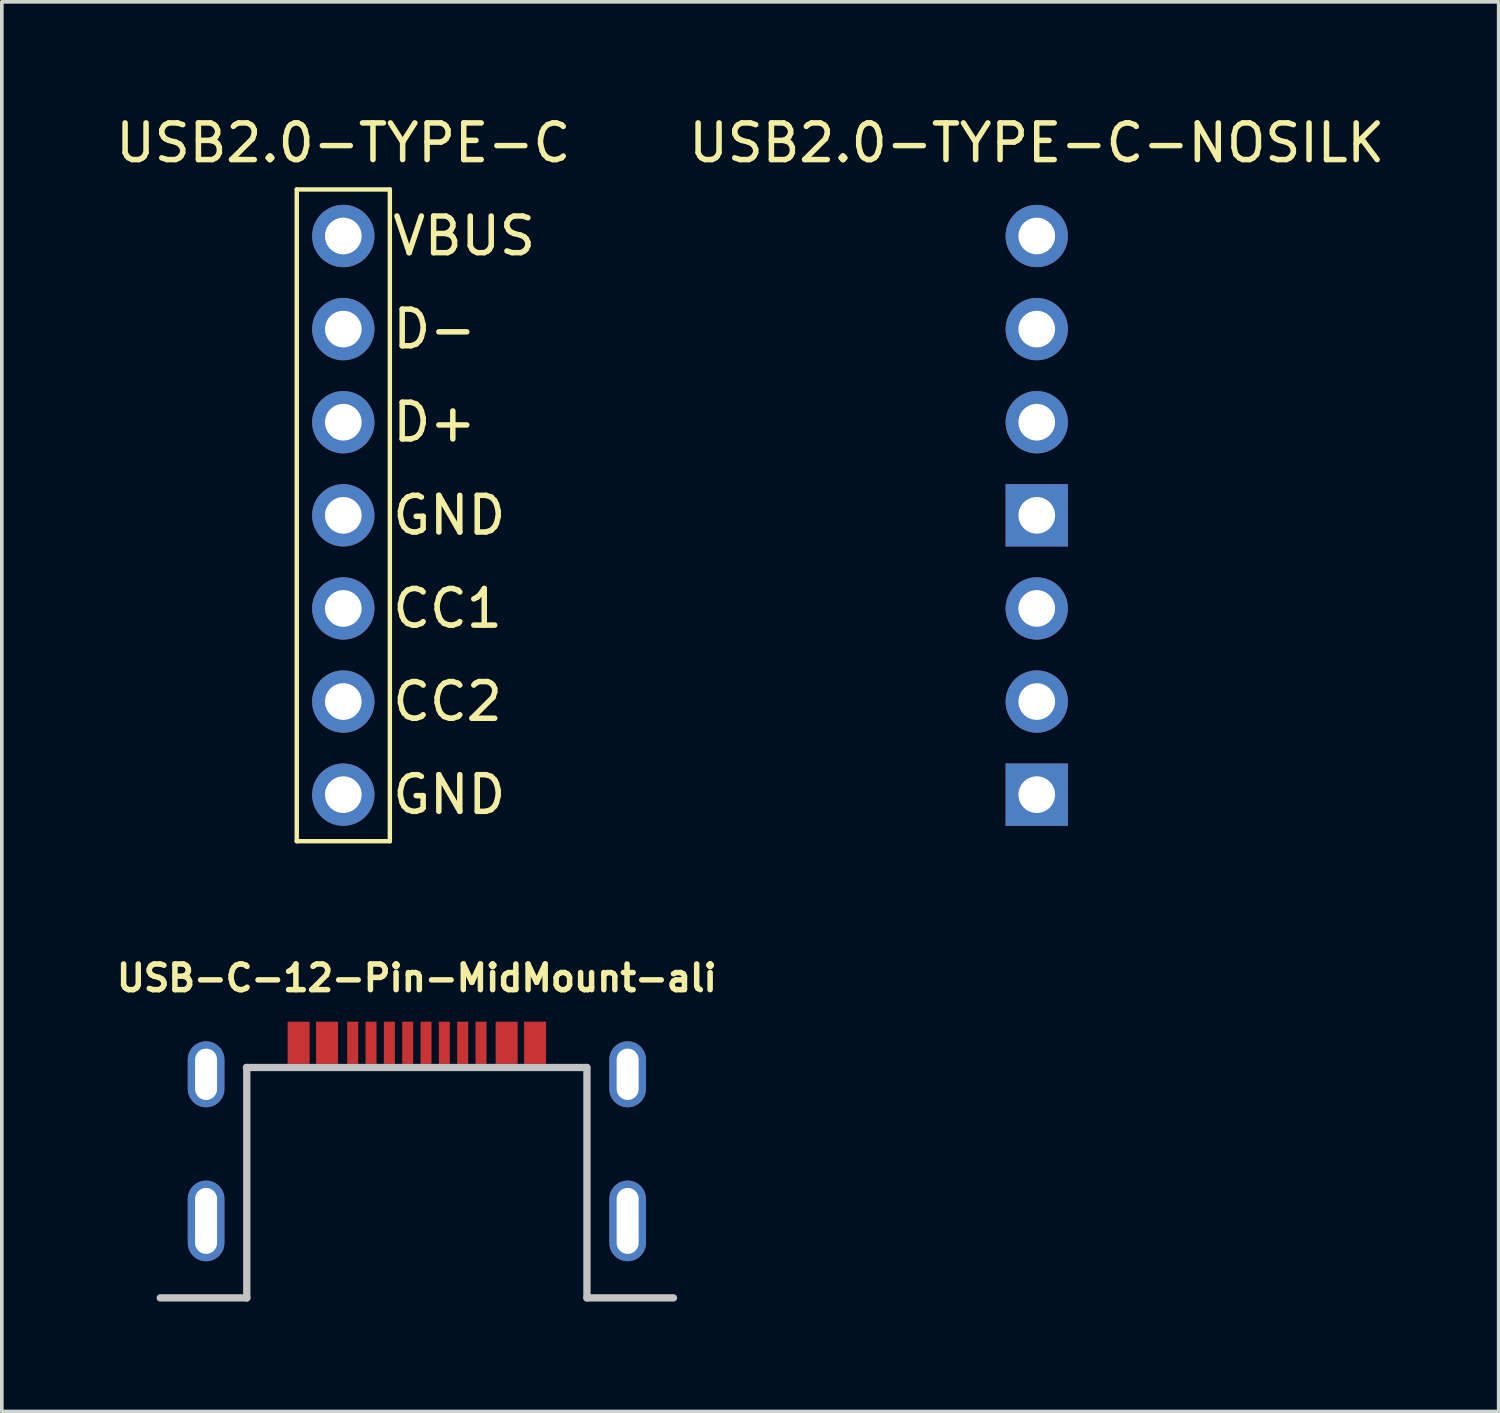
<source format=kicad_pcb>
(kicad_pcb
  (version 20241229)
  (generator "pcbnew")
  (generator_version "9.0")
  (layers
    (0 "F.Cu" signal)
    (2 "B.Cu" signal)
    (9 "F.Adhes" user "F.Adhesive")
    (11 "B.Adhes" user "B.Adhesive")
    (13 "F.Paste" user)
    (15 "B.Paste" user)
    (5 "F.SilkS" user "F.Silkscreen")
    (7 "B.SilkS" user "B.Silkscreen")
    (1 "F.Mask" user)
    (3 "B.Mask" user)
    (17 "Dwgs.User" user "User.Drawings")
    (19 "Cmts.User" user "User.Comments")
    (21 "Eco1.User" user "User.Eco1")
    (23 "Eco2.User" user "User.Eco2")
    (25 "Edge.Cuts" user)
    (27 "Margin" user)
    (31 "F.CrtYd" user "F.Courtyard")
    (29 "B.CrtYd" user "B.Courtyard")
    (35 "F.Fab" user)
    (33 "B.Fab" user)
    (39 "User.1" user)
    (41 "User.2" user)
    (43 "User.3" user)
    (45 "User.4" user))
  (footprint "USB2.0-TYPE-C-NOSILK"
    (layer "F.Cu")
    (at 25.232 11.008)
    (property "Reference" "USB2.0-TYPE-C-NOSILK" (at 0 -10.16 0) (layer "F.SilkS") (effects (font (size 1 1) (thickness 0.15))))
    (attr through_hole)
    (pad "1" thru_hole circle (at 0 -7.62 270) (size 1.7 1.7) (drill 1) (layers "*.Cu" "*.Mask"))
    (pad "2" thru_hole circle (at 0 -5.08 270) (size 1.7 1.7) (drill 1) (layers "*.Cu" "*.Mask"))
    (pad "3" thru_hole circle (at 0 -2.54 270) (size 1.7 1.7) (drill 1) (layers "*.Cu" "*.Mask"))
    (pad "4" thru_hole rect (at 0 0 270) (size 1.7 1.7) (drill 1) (layers "*.Cu" "*.Mask"))
    (pad "5" thru_hole circle (at 0 2.54 270) (size 1.7 1.7) (drill 1) (layers "*.Cu" "*.Mask"))
    (pad "6" thru_hole circle (at 0 5.08 270) (size 1.7 1.7) (drill 1) (layers "*.Cu" "*.Mask"))
    (pad "7" thru_hole rect (at 0 7.62 270) (size 1.7 1.7) (drill 1) (layers "*.Cu" "*.Mask")))
  (footprint "USB2.0-TYPE-C"
    (layer "F.Cu")
    (at 6.315 11.008)
    (property "Reference" "USB2.0-TYPE-C" (at 0 -10.16 0) (layer "F.SilkS") (effects (font (size 1 1) (thickness 0.15))))
    (attr through_hole)
    (fp_line (start -1.27 -8.89) (end -1.27 8.89) (stroke (width 0.12) (type solid)) (layer "F.SilkS"))
    (fp_line (start -1.27 8.89) (end 1.27 8.89) (stroke (width 0.12) (type solid)) (layer "F.SilkS"))
    (fp_line (start 1.27 -8.89) (end -1.27 -8.89) (stroke (width 0.12) (type solid)) (layer "F.SilkS"))
    (fp_line (start 1.27 -8.89) (end 1.27 8.89) (stroke (width 0.12) (type solid)) (layer "F.SilkS"))
    (fp_text user "GND" (at 1.27 7.62 0) (unlocked yes) (layer "F.SilkS") (effects (font (size 1 1) (thickness 0.15)) (justify left)))
    (fp_text user "D+" (at 1.27 -2.54 0) (unlocked yes) (layer "F.SilkS") (effects (font (size 1 1) (thickness 0.15)) (justify left)))
    (fp_text user "D-" (at 1.27 -5.08 0) (unlocked yes) (layer "F.SilkS") (effects (font (size 1 1) (thickness 0.15)) (justify left)))
    (fp_text user "CC1" (at 1.27 2.54 0) (unlocked yes) (layer "F.SilkS") (effects (font (size 1 1) (thickness 0.15)) (justify left)))
    (fp_text user "VBUS" (at 1.27 -7.62 0) (unlocked yes) (layer "F.SilkS") (effects (font (size 1 1) (thickness 0.15)) (justify left)))
    (fp_text user "CC2" (at 1.27 5.08 0) (unlocked yes) (layer "F.SilkS") (effects (font (size 1 1) (thickness 0.15)) (justify left)))
    (fp_text user "GND" (at 1.27 0 0) (unlocked yes) (layer "F.SilkS") (effects (font (size 1 1) (thickness 0.15)) (justify left)))
    (pad "1" thru_hole circle (at 0 -7.62 270) (size 1.7 1.7) (drill 1) (layers "*.Cu" "*.Mask"))
    (pad "2" thru_hole circle (at 0 -5.08 270) (size 1.7 1.7) (drill 1) (layers "*.Cu" "*.Mask"))
    (pad "3" thru_hole circle (at 0 -2.54 270) (size 1.7 1.7) (drill 1) (layers "*.Cu" "*.Mask"))
    (pad "4" thru_hole circle (at 0 0 270) (size 1.7 1.7) (drill 1) (layers "*.Cu" "*.Mask"))
    (pad "5" thru_hole circle (at 0 2.54 270) (size 1.7 1.7) (drill 1) (layers "*.Cu" "*.Mask"))
    (pad "6" thru_hole circle (at 0 5.08 270) (size 1.7 1.7) (drill 1) (layers "*.Cu" "*.Mask"))
    (pad "7" thru_hole circle (at 0 7.62 270) (size 1.7 1.7) (drill 1) (layers "*.Cu" "*.Mask")))
  (footprint "USB-C-12-Pin-MidMount-ali"
    (layer "F.Cu")
    (at 8.322 25.396)
    (property "Reference" "USB-C-12-Pin-MidMount-ali" (at 0 -1.765 180) (layer "F.SilkS") (effects (font (size 0.7 0.7) (thickness 0.15))))
    (attr through_hole)
    (fp_line (start -7 6.96) (end -4.64 6.96) (stroke (width 0.2) (type solid)) (layer "Dwgs.User"))
    (fp_line (start -4.64 0.675) (end -4.64 6.96) (stroke (width 0.2) (type solid)) (layer "Dwgs.User"))
    (fp_line (start 4.63 0.675) (end -4.65 0.675) (stroke (width 0.2) (type solid)) (layer "Dwgs.User"))
    (fp_line (start 4.64 0.675) (end 4.64 6.96) (stroke (width 0.2) (type solid)) (layer "Dwgs.User"))
    (fp_line (start 7 6.96) (end 4.64 6.96) (stroke (width 0.2) (type solid)) (layer "Dwgs.User"))
    (pad "" thru_hole oval (at -5.75 0.86 180) (size 1 1.8) (drill oval 0.6 1.4) (layers "*.Cu" "*.Mask"))
    (pad "" thru_hole oval (at -5.75 4.86 180) (size 1 2.2) (drill oval 0.6 1.8) (layers "*.Cu" "*.Mask"))
    (pad "" thru_hole oval (at 5.75 0.86 180) (size 1 1.8) (drill oval 0.6 1.4) (layers "*.Cu" "*.Mask"))
    (pad "" thru_hole oval (at 5.75 4.86 180) (size 1 2.2) (drill oval 0.6 1.8) (layers "*.Cu" "*.Mask"))
    (pad "1" smd rect (at -3.225 0 180) (size 0.6 1.15) (layers "F.Cu" "F.Mask" "F.Paste"))
    (pad "2" smd rect (at -2.45 0 180) (size 0.6 1.15) (layers "F.Cu" "F.Mask" "F.Paste"))
    (pad "3" smd rect (at -1.75 0 180) (size 0.3 1.15) (layers "F.Cu" "F.Mask" "F.Paste"))
    (pad "4" smd rect (at -1.25 0 180) (size 0.3 1.15) (layers "F.Cu" "F.Mask" "F.Paste"))
    (pad "5" smd rect (at -0.75 0 180) (size 0.3 1.15) (layers "F.Cu" "F.Mask" "F.Paste"))
    (pad "6" smd rect (at -0.25 0 180) (size 0.3 1.15) (layers "F.Cu" "F.Mask" "F.Paste"))
    (pad "7" smd rect (at 0.25 0 180) (size 0.3 1.15) (layers "F.Cu" "F.Mask" "F.Paste"))
    (pad "8" smd rect (at 0.75 0 180) (size 0.3 1.15) (layers "F.Cu" "F.Mask" "F.Paste"))
    (pad "9" smd rect (at 1.25 0 180) (size 0.3 1.15) (layers "F.Cu" "F.Mask" "F.Paste"))
    (pad "10" smd rect (at 1.75 0 180) (size 0.3 1.15) (layers "F.Cu" "F.Mask" "F.Paste"))
    (pad "11" smd rect (at 2.45 0 180) (size 0.6 1.15) (layers "F.Cu" "F.Mask" "F.Paste"))
    (pad "12" smd rect (at 3.225 0 180) (size 0.6 1.15) (layers "F.Cu" "F.Mask" "F.Paste")))
  (gr_rect
    (start -3 -3)
    (end 37.833 35.456)
    (stroke (width 0.1) (type default))
    (fill no)
    (layer "Edge.Cuts")))
</source>
